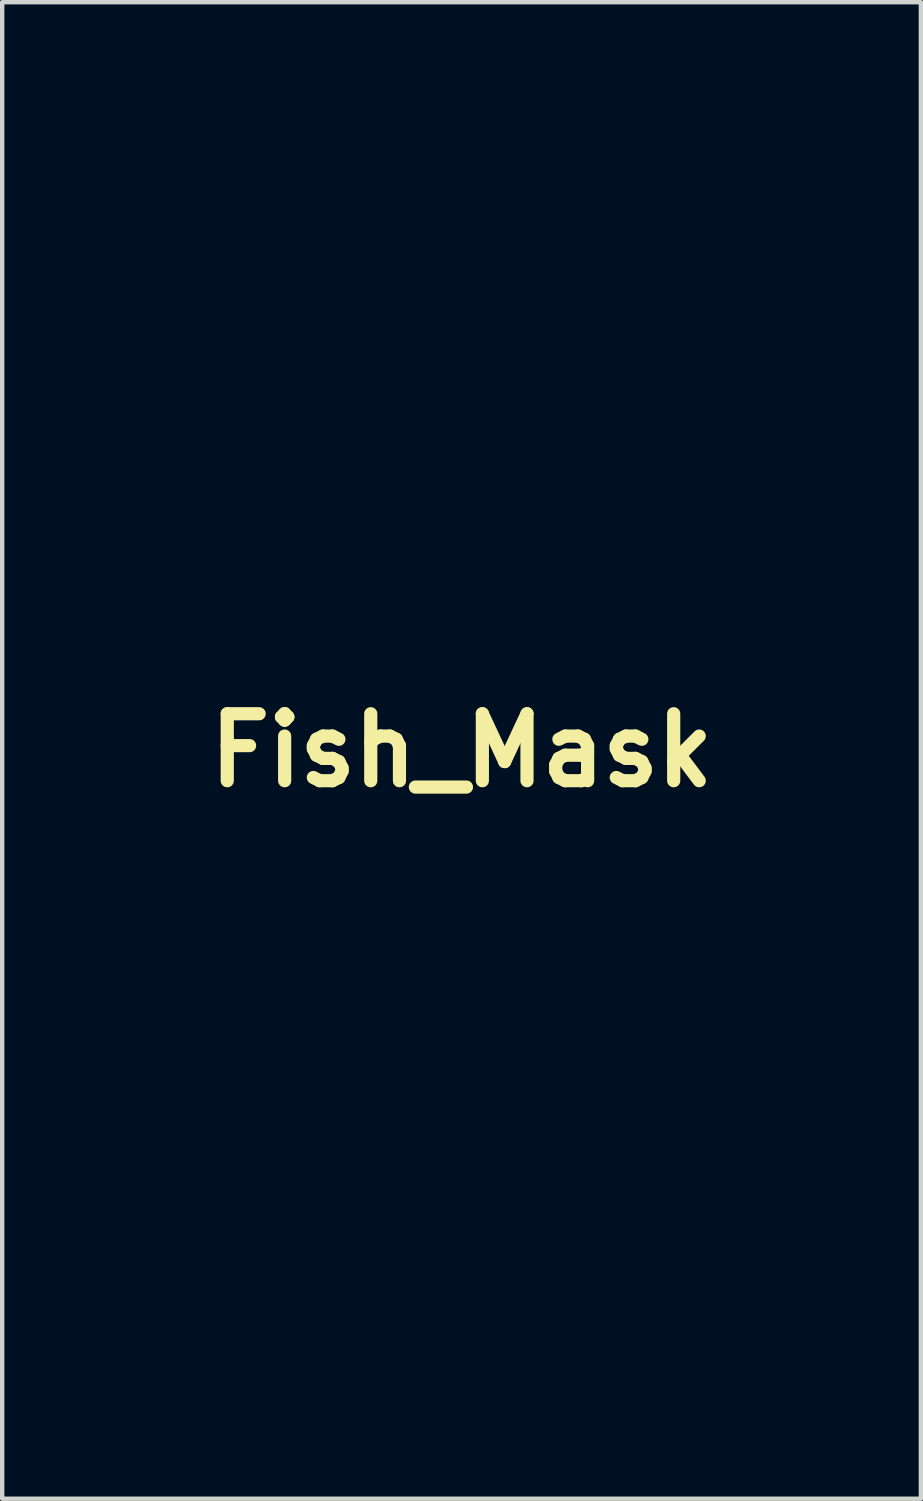
<source format=kicad_pcb>
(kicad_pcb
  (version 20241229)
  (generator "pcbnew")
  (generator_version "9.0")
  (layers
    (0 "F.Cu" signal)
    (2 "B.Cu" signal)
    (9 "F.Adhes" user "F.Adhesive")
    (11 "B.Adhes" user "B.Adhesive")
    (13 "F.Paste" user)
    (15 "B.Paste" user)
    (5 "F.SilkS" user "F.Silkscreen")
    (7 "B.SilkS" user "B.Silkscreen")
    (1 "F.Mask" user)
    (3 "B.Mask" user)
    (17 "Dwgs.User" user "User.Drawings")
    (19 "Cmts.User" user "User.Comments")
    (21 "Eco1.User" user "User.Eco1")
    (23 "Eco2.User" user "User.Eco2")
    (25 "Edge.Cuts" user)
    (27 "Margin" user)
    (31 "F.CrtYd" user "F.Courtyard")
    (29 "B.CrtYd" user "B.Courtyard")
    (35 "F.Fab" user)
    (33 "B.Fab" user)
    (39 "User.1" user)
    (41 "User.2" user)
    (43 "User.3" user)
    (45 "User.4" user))
  (footprint "Fish_Mask"
    (layer "F.Cu")
    (at 7.456 14.028)
    (property "Reference" "Fish_Mask" (at 0 0 0) (layer "F.SilkS") (effects (font (size 1.524 1.524) (thickness 0.3))))
    (attr through_hole)
    (fp_poly (pts (xy 3.776 1.468) (xy 3.982 1.519) (xy 4.168 1.609) (xy 4.343 1.741) (xy 4.414 1.808) (xy 4.563 1.98) (xy 4.689 2.175) (xy 4.792 2.396) (xy 4.875 2.646) (xy 4.936 2.928) (xy 4.977 3.244) (xy 4.999 3.599) (xy 5.003 3.994) (xy 4.999 4.161) (xy 4.994 4.325) (xy 4.987 4.482) (xy 4.979 4.623) (xy 4.971 4.737) (xy 4.964 4.815) (xy 4.962 4.826) (xy 4.952 4.902) (xy 4.94 5.013) (xy 4.928 5.148) (xy 4.916 5.292) (xy 4.911 5.358) (xy 4.9 5.498) (xy 4.888 5.628) (xy 4.878 5.738) (xy 4.869 5.816) (xy 4.866 5.841) (xy 4.849 5.936) (xy 4.763 5.792) (xy 4.715 5.714) (xy 4.65 5.608) (xy 4.578 5.49) (xy 4.511 5.382) (xy 4.3 5.037) (xy 4.113 4.723) (xy 3.945 4.433) (xy 3.793 4.159) (xy 3.651 3.892) (xy 3.517 3.626) (xy 3.385 3.351) (xy 3.251 3.061) (xy 3.234 3.021) (xy 3.166 2.873) (xy 3.093 2.713) (xy 3.021 2.559) (xy 2.959 2.429) (xy 2.949 2.407) (xy 2.868 2.222) (xy 2.82 2.068) (xy 2.804 1.938) (xy 2.821 1.826) (xy 2.87 1.727) (xy 2.953 1.635) (xy 2.965 1.624) (xy 3.079 1.543) (xy 3.21 1.489) (xy 3.368 1.46) (xy 3.542 1.451) (xy 3.776 1.468)) (stroke (width 0.01) (type solid)) (fill yes) (layer "F.Mask"))
    (fp_poly (pts (xy -4.754 7.126) (xy -4.624 7.137) (xy -4.523 7.156) (xy -4.49 7.168) (xy -4.422 7.194) (xy -4.367 7.208) (xy -4.357 7.209) (xy -4.311 7.221) (xy -4.232 7.253) (xy -4.129 7.302) (xy -4.01 7.364) (xy -3.888 7.431) (xy -3.842 7.459) (xy -3.797 7.485) (xy -3.753 7.513) (xy -3.707 7.543) (xy -3.657 7.58) (xy -3.599 7.623) (xy -3.533 7.675) (xy -3.454 7.739) (xy -3.362 7.816) (xy -3.253 7.908) (xy -3.126 8.017) (xy -2.978 8.145) (xy -2.806 8.294) (xy -2.609 8.467) (xy -2.383 8.664) (xy -2.127 8.888) (xy -1.838 9.141) (xy -1.686 9.275) (xy -1.505 9.434) (xy -1.335 9.583) (xy -1.181 9.72) (xy -1.045 9.842) (xy -0.93 9.945) (xy -0.841 10.027) (xy -0.781 10.083) (xy -0.752 10.112) (xy -0.75 10.115) (xy -0.767 10.135) (xy -0.798 10.128) (xy -0.8 10.126) (xy -0.826 10.119) (xy -0.893 10.107) (xy -0.996 10.089) (xy -1.127 10.067) (xy -1.281 10.043) (xy -1.451 10.016) (xy -1.452 10.016) (xy -1.781 9.964) (xy -2.068 9.917) (xy -2.318 9.873) (xy -2.538 9.831) (xy -2.733 9.79) (xy -2.908 9.749) (xy -3.07 9.706) (xy -3.225 9.66) (xy -3.377 9.61) (xy -3.433 9.591) (xy -3.812 9.438) (xy -4.16 9.254) (xy -4.473 9.042) (xy -4.749 8.802) (xy -4.987 8.538) (xy -5.178 8.26) (xy -5.306 8.019) (xy -5.397 7.789) (xy -5.455 7.558) (xy -5.466 7.498) (xy -5.478 7.38) (xy -5.47 7.297) (xy -5.434 7.24) (xy -5.365 7.198) (xy -5.279 7.167) (xy -5.174 7.144) (xy -5.042 7.13) (xy -4.897 7.124) (xy -4.754 7.126)) (stroke (width 0.01) (type solid)) (fill yes) (layer "F.Mask"))
    (fp_poly (pts (xy -7.285 -1.085) (xy -7.259 -1.084) (xy -7.062 -1.053) (xy -6.883 -0.983) (xy -6.714 -0.87) (xy -6.602 -0.769) (xy -6.477 -0.616) (xy -6.359 -0.419) (xy -6.247 -0.177) (xy -6.145 0.105) (xy -6.095 0.266) (xy -6.058 0.388) (xy -6.009 0.544) (xy -5.949 0.724) (xy -5.885 0.917) (xy -5.818 1.111) (xy -5.77 1.246) (xy -5.689 1.474) (xy -5.624 1.66) (xy -5.573 1.809) (xy -5.535 1.924) (xy -5.509 2.009) (xy -5.493 2.068) (xy -5.487 2.105) (xy -5.49 2.124) (xy -5.498 2.129) (xy -5.543 2.113) (xy -5.613 2.072) (xy -5.694 2.013) (xy -5.777 1.945) (xy -5.849 1.876) (xy -5.864 1.86) (xy -6.004 1.687) (xy -6.13 1.493) (xy -6.245 1.273) (xy -6.351 1.02) (xy -6.453 0.729) (xy -6.516 0.52) (xy -6.551 0.399) (xy -6.553 0.535) (xy -6.541 0.739) (xy -6.501 0.966) (xy -6.437 1.203) (xy -6.351 1.437) (xy -6.283 1.584) (xy -6.17 1.784) (xy -6.027 1.994) (xy -5.867 2.198) (xy -5.701 2.379) (xy -5.621 2.461) (xy -5.556 2.529) (xy -5.512 2.578) (xy -5.496 2.601) (xy -5.496 2.601) (xy -5.524 2.602) (xy -5.587 2.594) (xy -5.672 2.579) (xy -5.767 2.559) (xy -5.861 2.538) (xy -5.94 2.516) (xy -5.975 2.505) (xy -6.06 2.469) (xy -6.158 2.422) (xy -6.211 2.394) (xy -6.277 2.36) (xy -6.323 2.345) (xy -6.338 2.349) (xy -6.32 2.383) (xy -6.272 2.44) (xy -6.2 2.514) (xy -6.112 2.596) (xy -6.016 2.681) (xy -5.919 2.761) (xy -5.828 2.83) (xy -5.794 2.854) (xy -5.629 2.978) (xy -5.456 3.132) (xy -5.289 3.301) (xy -5.142 3.473) (xy -5.056 3.591) (xy -4.912 3.832) (xy -4.781 4.104) (xy -4.672 4.387) (xy -4.651 4.451) (xy -4.602 4.611) (xy -4.572 4.728) (xy -4.56 4.802) (xy -4.566 4.836) (xy -4.59 4.83) (xy -4.632 4.787) (xy -4.655 4.758) (xy -4.691 4.714) (xy -4.737 4.666) (xy -4.795 4.613) (xy -4.87 4.552) (xy -4.963 4.48) (xy -5.08 4.394) (xy -5.224 4.293) (xy -5.397 4.172) (xy -5.604 4.03) (xy -5.835 3.873) (xy -6.022 3.744) (xy -6.19 3.624) (xy -6.333 3.516) (xy -6.446 3.425) (xy -6.526 3.353) (xy -6.556 3.322) (xy -6.683 3.161) (xy -6.781 3.019) (xy -6.856 2.885) (xy -6.914 2.746) (xy -6.962 2.59) (xy -6.967 2.573) (xy -6.999 2.412) (xy -7.022 2.217) (xy -7.033 2.003) (xy -7.034 1.783) (xy -7.022 1.571) (xy -7.02 1.548) (xy -7.009 1.435) (xy -6.994 1.289) (xy -6.978 1.125) (xy -6.961 0.957) (xy -6.952 0.863) (xy -6.936 0.69) (xy -6.926 0.552) (xy -6.922 0.435) (xy -6.923 0.326) (xy -6.93 0.211) (xy -6.937 0.125) (xy -6.981 -0.183) (xy -7.054 -0.454) (xy -7.154 -0.689) (xy -7.283 -0.885) (xy -7.343 -0.953) (xy -7.399 -1.013) (xy -7.437 -1.059) (xy -7.451 -1.08) (xy -7.428 -1.086) (xy -7.369 -1.087) (xy -7.285 -1.085)) (stroke (width 0.01) (type solid)) (fill yes) (layer "F.Mask"))
    (fp_poly (pts (xy 3.91 -14.023) (xy 3.908 -13.996) (xy 3.887 -13.943) (xy 3.875 -13.918) (xy 3.832 -13.821) (xy 3.783 -13.691) (xy 3.731 -13.539) (xy 3.682 -13.379) (xy 3.638 -13.224) (xy 3.605 -13.088) (xy 3.605 -13.085) (xy 3.565 -12.86) (xy 3.543 -12.636) (xy 3.537 -12.405) (xy 3.55 -12.161) (xy 3.581 -11.898) (xy 3.631 -11.608) (xy 3.701 -11.285) (xy 3.753 -11.067) (xy 3.827 -10.758) (xy 3.886 -10.485) (xy 3.929 -10.24) (xy 3.96 -10.014) (xy 3.971 -9.915) (xy 3.984 -9.576) (xy 3.957 -9.258) (xy 3.891 -8.963) (xy 3.786 -8.693) (xy 3.644 -8.451) (xy 3.584 -8.371) (xy 3.512 -8.291) (xy 3.428 -8.207) (xy 3.341 -8.13) (xy 3.259 -8.066) (xy 3.192 -8.022) (xy 3.151 -8.007) (xy 3.147 -8.025) (xy 3.169 -8.07) (xy 3.202 -8.122) (xy 3.355 -8.377) (xy 3.469 -8.656) (xy 3.544 -8.954) (xy 3.579 -9.263) (xy 3.571 -9.575) (xy 3.542 -9.776) (xy 3.523 -9.864) (xy 3.49 -9.986) (xy 3.449 -10.131) (xy 3.401 -10.289) (xy 3.351 -10.448) (xy 3.35 -10.45) (xy 3.283 -10.657) (xy 3.23 -10.826) (xy 3.189 -10.964) (xy 3.158 -11.08) (xy 3.136 -11.181) (xy 3.12 -11.275) (xy 3.11 -11.37) (xy 3.102 -11.473) (xy 3.099 -11.539) (xy 3.084 -11.841) (xy 3.03 -11.739) (xy 2.961 -11.577) (xy 2.92 -11.395) (xy 2.908 -11.191) (xy 2.923 -10.959) (xy 2.965 -10.696) (xy 3.025 -10.438) (xy 3.085 -10.197) (xy 3.131 -9.994) (xy 3.164 -9.823) (xy 3.183 -9.675) (xy 3.191 -9.545) (xy 3.188 -9.423) (xy 3.174 -9.303) (xy 3.155 -9.2) (xy 3.076 -8.927) (xy 2.955 -8.656) (xy 2.797 -8.394) (xy 2.609 -8.147) (xy 2.396 -7.925) (xy 2.163 -7.734) (xy 1.918 -7.581) (xy 1.893 -7.569) (xy 1.717 -7.48) (xy 1.892 -7.418) (xy 2.121 -7.344) (xy 2.341 -7.29) (xy 2.567 -7.253) (xy 2.811 -7.231) (xy 3.086 -7.223) (xy 3.157 -7.223) (xy 3.641 -7.244) (xy 4.115 -7.307) (xy 4.587 -7.413) (xy 4.978 -7.532) (xy 5.412 -7.705) (xy 5.818 -7.917) (xy 6.196 -8.168) (xy 6.544 -8.457) (xy 6.861 -8.782) (xy 7.146 -9.143) (xy 7.253 -9.301) (xy 7.317 -9.398) (xy 7.372 -9.481) (xy 7.413 -9.54) (xy 7.433 -9.567) (xy 7.441 -9.553) (xy 7.445 -9.493) (xy 7.447 -9.39) (xy 7.446 -9.246) (xy 7.443 -9.084) (xy 7.436 -8.871) (xy 7.426 -8.696) (xy 7.411 -8.546) (xy 7.388 -8.411) (xy 7.355 -8.279) (xy 7.312 -8.138) (xy 7.255 -7.978) (xy 7.238 -7.932) (xy 7.055 -7.504) (xy 6.842 -7.114) (xy 6.599 -6.761) (xy 6.325 -6.446) (xy 6.02 -6.168) (xy 5.684 -5.925) (xy 5.315 -5.719) (xy 4.913 -5.548) (xy 4.478 -5.412) (xy 4.463 -5.408) (xy 4.223 -5.351) (xy 3.99 -5.308) (xy 3.752 -5.278) (xy 3.497 -5.259) (xy 3.215 -5.251) (xy 2.991 -5.25) (xy 2.818 -5.253) (xy 2.636 -5.259) (xy 2.453 -5.267) (xy 2.276 -5.278) (xy 2.111 -5.29) (xy 1.966 -5.303) (xy 1.847 -5.316) (xy 1.76 -5.33) (xy 1.714 -5.343) (xy 1.71 -5.346) (xy 1.719 -5.359) (xy 1.764 -5.374) (xy 1.795 -5.379) (xy 1.887 -5.394) (xy 2.006 -5.414) (xy 2.145 -5.439) (xy 2.294 -5.466) (xy 2.445 -5.494) (xy 2.589 -5.521) (xy 2.717 -5.546) (xy 2.82 -5.566) (xy 2.89 -5.581) (xy 2.915 -5.588) (xy 2.993 -5.607) (xy 3.072 -5.621) (xy 3.108 -5.626) (xy 3.148 -5.633) (xy 3.202 -5.644) (xy 3.274 -5.66) (xy 3.374 -5.684) (xy 3.508 -5.715) (xy 3.641 -5.746) (xy 3.825 -5.795) (xy 4.029 -5.857) (xy 4.238 -5.928) (xy 4.439 -6.002) (xy 4.618 -6.076) (xy 4.743 -6.133) (xy 4.965 -6.259) (xy 5.188 -6.409) (xy 5.4 -6.577) (xy 5.592 -6.753) (xy 5.755 -6.931) (xy 5.851 -7.058) (xy 5.898 -7.129) (xy 5.93 -7.183) (xy 5.941 -7.208) (xy 5.94 -7.209) (xy 5.915 -7.197) (xy 5.861 -7.165) (xy 5.795 -7.124) (xy 5.706 -7.071) (xy 5.586 -7.005) (xy 5.445 -6.931) (xy 5.295 -6.856) (xy 5.148 -6.784) (xy 5.016 -6.723) (xy 4.943 -6.692) (xy 4.743 -6.614) (xy 4.509 -6.532) (xy 4.255 -6.45) (xy 3.994 -6.374) (xy 3.74 -6.306) (xy 3.725 -6.303) (xy 3.543 -6.259) (xy 3.36 -6.218) (xy 3.173 -6.18) (xy 2.978 -6.144) (xy 2.77 -6.11) (xy 2.544 -6.076) (xy 2.298 -6.042) (xy 2.026 -6.008) (xy 1.724 -5.973) (xy 1.387 -5.936) (xy 1.013 -5.897) (xy 0.596 -5.855) (xy 0.46 -5.842) (xy -0.006 -5.794) (xy -0.427 -5.747) (xy -0.804 -5.699) (xy -1.141 -5.651) (xy -1.441 -5.601) (xy -1.706 -5.55) (xy -1.938 -5.496) (xy -2.142 -5.44) (xy -2.318 -5.381) (xy -2.471 -5.317) (xy -2.548 -5.279) (xy -2.688 -5.192) (xy -2.82 -5.084) (xy -2.929 -4.969) (xy -2.979 -4.899) (xy -3.008 -4.861) (xy -3.023 -4.857) (xy -3.024 -4.862) (xy -3.016 -4.924) (xy -2.993 -5.019) (xy -2.961 -5.138) (xy -2.92 -5.27) (xy -2.876 -5.404) (xy -2.831 -5.529) (xy -2.789 -5.634) (xy -2.772 -5.673) (xy -2.696 -5.823) (xy -2.619 -5.952) (xy -2.534 -6.067) (xy -2.437 -6.171) (xy -2.321 -6.271) (xy -2.18 -6.371) (xy -2.009 -6.477) (xy -1.802 -6.594) (xy -1.693 -6.653) (xy -1.545 -6.732) (xy -1.387 -6.818) (xy -1.234 -6.902) (xy -1.103 -6.975) (xy -1.052 -7.003) (xy -0.919 -7.077) (xy -0.764 -7.162) (xy -0.608 -7.246) (xy -0.496 -7.305) (xy -0.186 -7.469) (xy 0.083 -7.617) (xy 0.318 -7.752) (xy 0.523 -7.876) (xy 0.701 -7.992) (xy 0.859 -8.104) (xy 0.999 -8.216) (xy 1.128 -8.328) (xy 1.249 -8.446) (xy 1.295 -8.494) (xy 1.452 -8.671) (xy 1.59 -8.858) (xy 1.713 -9.058) (xy 1.822 -9.278) (xy 1.919 -9.521) (xy 2.006 -9.792) (xy 2.085 -10.097) (xy 2.157 -10.439) (xy 2.225 -10.824) (xy 2.237 -10.905) (xy 2.283 -11.187) (xy 2.323 -11.429) (xy 2.36 -11.635) (xy 2.395 -11.814) (xy 2.429 -11.971) (xy 2.464 -12.113) (xy 2.481 -12.18) (xy 2.599 -12.55) (xy 2.744 -12.886) (xy 2.915 -13.187) (xy 3.11 -13.45) (xy 3.329 -13.673) (xy 3.57 -13.855) (xy 3.709 -13.936) (xy 3.795 -13.979) (xy 3.863 -14.009) (xy 3.904 -14.023) (xy 3.91 -14.023)) (stroke (width 0.01) (type solid)) (fill yes) (layer "F.Mask"))
    (fp_poly (pts (xy -0.51 -8.37) (xy -0.411 -8.367) (xy -0.35 -8.36) (xy -0.348 -8.359) (xy -0.326 -8.351) (xy -0.322 -8.339) (xy -0.34 -8.32) (xy -0.386 -8.291) (xy -0.465 -8.247) (xy -0.58 -8.186) (xy -0.618 -8.167) (xy -0.921 -8.003) (xy -1.227 -7.825) (xy -1.529 -7.64) (xy -1.817 -7.451) (xy -2.082 -7.267) (xy -2.314 -7.091) (xy -2.398 -7.024) (xy -2.559 -6.882) (xy -2.714 -6.73) (xy -2.854 -6.577) (xy -2.972 -6.432) (xy -3.059 -6.304) (xy -3.071 -6.283) (xy -3.161 -6.094) (xy -3.244 -5.871) (xy -3.317 -5.624) (xy -3.375 -5.366) (xy -3.39 -5.284) (xy -3.419 -5.057) (xy -3.438 -4.797) (xy -3.446 -4.522) (xy -3.442 -4.245) (xy -3.428 -3.982) (xy -3.402 -3.748) (xy -3.4 -3.737) (xy -3.376 -3.597) (xy -3.345 -3.438) (xy -3.309 -3.273) (xy -3.271 -3.11) (xy -3.233 -2.961) (xy -3.198 -2.837) (xy -3.168 -2.748) (xy -3.162 -2.733) (xy -3.126 -2.649) (xy -3.132 -2.77) (xy -3.134 -2.866) (xy -3.13 -2.999) (xy -3.123 -3.156) (xy -3.112 -3.327) (xy -3.098 -3.498) (xy -3.083 -3.659) (xy -3.066 -3.798) (xy -3.061 -3.835) (xy -3.022 -4.057) (xy -2.976 -4.232) (xy -2.922 -4.365) (xy -2.856 -4.455) (xy -2.778 -4.506) (xy -2.687 -4.519) (xy -2.579 -4.497) (xy -2.524 -4.476) (xy -2.402 -4.404) (xy -2.283 -4.299) (xy -2.179 -4.174) (xy -2.12 -4.076) (xy -2.072 -3.955) (xy -2.028 -3.794) (xy -1.988 -3.601) (xy -1.953 -3.385) (xy -1.925 -3.155) (xy -1.905 -2.918) (xy -1.894 -2.683) (xy -1.892 -2.459) (xy -1.894 -2.383) (xy -1.903 -2.215) (xy -1.914 -2.062) (xy -1.931 -1.916) (xy -1.955 -1.767) (xy -1.987 -1.61) (xy -2.028 -1.434) (xy -2.081 -1.233) (xy -2.147 -0.997) (xy -2.184 -0.867) (xy -2.195 -0.826) (xy -2.194 -0.789) (xy -2.179 -0.748) (xy -2.145 -0.692) (xy -2.088 -0.61) (xy -2.067 -0.58) (xy -1.785 -0.212) (xy -1.483 0.137) (xy -1.154 0.474) (xy -0.792 0.805) (xy -0.391 1.136) (xy -0.173 1.304) (xy -0.032 1.411) (xy 0.115 1.525) (xy 0.257 1.637) (xy 0.382 1.737) (xy 0.461 1.802) (xy 0.576 1.894) (xy 0.716 1.999) (xy 0.865 2.106) (xy 1.006 2.203) (xy 1.033 2.22) (xy 1.332 2.416) (xy 1.594 2.593) (xy 1.826 2.755) (xy 2.034 2.908) (xy 2.223 3.056) (xy 2.4 3.203) (xy 2.57 3.355) (xy 2.74 3.515) (xy 2.856 3.628) (xy 3.203 3.996) (xy 3.521 4.379) (xy 3.814 4.782) (xy 4.085 5.211) (xy 4.334 5.668) (xy 4.567 6.16) (xy 4.784 6.69) (xy 4.983 7.245) (xy 5.05 7.446) (xy 5.111 7.637) (xy 5.167 7.813) (xy 5.215 7.969) (xy 5.253 8.099) (xy 5.279 8.199) (xy 5.294 8.263) (xy 5.294 8.285) (xy 5.266 8.286) (xy 5.21 8.275) (xy 5.199 8.272) (xy 5.065 8.257) (xy 4.932 8.284) (xy 4.807 8.347) (xy 4.699 8.441) (xy 4.615 8.56) (xy 4.564 8.698) (xy 4.557 8.74) (xy 4.559 8.894) (xy 4.603 9.039) (xy 4.685 9.167) (xy 4.799 9.272) (xy 4.939 9.345) (xy 5.039 9.372) (xy 5.157 9.373) (xy 5.286 9.342) (xy 5.407 9.285) (xy 5.479 9.23) (xy 5.533 9.186) (xy 5.568 9.171) (xy 5.576 9.176) (xy 5.675 9.488) (xy 5.765 9.793) (xy 5.844 10.083) (xy 5.911 10.351) (xy 5.963 10.59) (xy 5.998 10.793) (xy 6.002 10.816) (xy 6.01 10.902) (xy 6.015 11.018) (xy 6.018 11.154) (xy 6.019 11.301) (xy 6.017 11.449) (xy 6.014 11.59) (xy 6.008 11.713) (xy 6.001 11.81) (xy 5.992 11.87) (xy 5.989 11.88) (xy 5.994 11.918) (xy 6.039 11.948) (xy 6.114 11.966) (xy 6.21 11.97) (xy 6.254 11.967) (xy 6.404 11.931) (xy 6.549 11.864) (xy 6.684 11.79) (xy 6.785 11.737) (xy 6.859 11.7) (xy 6.914 11.678) (xy 6.959 11.665) (xy 7 11.661) (xy 7.042 11.66) (xy 7.133 11.669) (xy 7.202 11.7) (xy 7.232 11.723) (xy 7.308 11.798) (xy 7.346 11.858) (xy 7.346 11.897) (xy 7.31 11.912) (xy 7.241 11.897) (xy 7.178 11.869) (xy 7.103 11.834) (xy 7.052 11.818) (xy 7.002 11.821) (xy 6.936 11.838) (xy 6.861 11.868) (xy 6.764 11.916) (xy 6.665 11.973) (xy 6.648 11.984) (xy 6.554 12.04) (xy 6.461 12.088) (xy 6.388 12.119) (xy 6.376 12.122) (xy 6.288 12.136) (xy 6.182 12.138) (xy 6.078 12.129) (xy 6 12.111) (xy 5.996 12.109) (xy 5.974 12.108) (xy 5.955 12.132) (xy 5.936 12.189) (xy 5.918 12.266) (xy 5.856 12.461) (xy 5.763 12.65) (xy 5.65 12.812) (xy 5.636 12.827) (xy 5.548 12.927) (xy 5.232 12.928) (xy 4.915 12.93) (xy 4.877 13.063) (xy 4.823 13.209) (xy 4.749 13.326) (xy 4.648 13.42) (xy 4.512 13.497) (xy 4.347 13.561) (xy 4.193 13.614) (xy 4.079 13.663) (xy 4 13.712) (xy 3.947 13.766) (xy 3.915 13.832) (xy 3.897 13.913) (xy 3.896 13.921) (xy 3.876 13.996) (xy 3.842 14.025) (xy 3.802 14.022) (xy 3.791 14.014) (xy 3.767 13.942) (xy 3.759 13.85) (xy 3.77 13.765) (xy 3.772 13.756) (xy 3.812 13.676) (xy 3.876 13.607) (xy 3.971 13.546) (xy 4.105 13.487) (xy 4.167 13.465) (xy 4.277 13.424) (xy 4.379 13.382) (xy 4.459 13.345) (xy 4.487 13.329) (xy 4.596 13.241) (xy 4.67 13.137) (xy 4.702 13.026) (xy 4.703 13.009) (xy 4.705 12.909) (xy 4.487 12.877) (xy 4.155 12.818) (xy 3.793 12.732) (xy 3.409 12.623) (xy 3.014 12.494) (xy 2.615 12.347) (xy 2.222 12.187) (xy 1.843 12.014) (xy 1.744 11.967) (xy 1.603 11.896) (xy 1.502 11.843) (xy 1.434 11.805) (xy 1.396 11.778) (xy 1.383 11.76) (xy 1.39 11.748) (xy 1.394 11.745) (xy 1.436 11.715) (xy 1.496 11.662) (xy 1.537 11.623) (xy 1.629 11.5) (xy 1.68 11.365) (xy 1.691 11.224) (xy 1.666 11.085) (xy 1.607 10.956) (xy 1.516 10.842) (xy 1.397 10.752) (xy 1.251 10.693) (xy 1.202 10.682) (xy 1.08 10.681) (xy 0.949 10.714) (xy 0.828 10.776) (xy 0.766 10.826) (xy 0.675 10.93) (xy 0.62 11.038) (xy 0.595 11.134) (xy 0.581 11.192) (xy 0.567 11.223) (xy 0.564 11.224) (xy 0.533 11.208) (xy 0.473 11.161) (xy 0.388 11.088) (xy 0.282 10.992) (xy 0.162 10.88) (xy 0.03 10.753) (xy -0.109 10.617) (xy -0.249 10.477) (xy -0.298 10.426) (xy -0.44 10.283) (xy -0.592 10.131) (xy -0.746 9.982) (xy -0.89 9.844) (xy -1.016 9.727) (xy -1.064 9.683) (xy -1.396 9.376) (xy -1.732 9.041) (xy -2.061 8.692) (xy -2.373 8.34) (xy -2.657 7.997) (xy -2.716 7.922) (xy -2.804 7.807) (xy -2.894 7.686) (xy -2.982 7.566) (xy -3.062 7.454) (xy -3.131 7.356) (xy -3.182 7.279) (xy -3.212 7.229) (xy -3.217 7.215) (xy -3.232 7.186) (xy -3.268 7.136) (xy -3.289 7.111) (xy -3.332 7.055) (xy -3.358 7.012) (xy -3.361 7.001) (xy -3.375 6.967) (xy -3.41 6.911) (xy -3.439 6.868) (xy -3.483 6.803) (xy -3.542 6.709) (xy -3.607 6.6) (xy -3.654 6.519) (xy -3.898 6.064) (xy -3.945 5.963) (xy -0.278 5.963) (xy -0.275 6.055) (xy -0.264 6.133) (xy -0.236 6.25) (xy -0.193 6.326) (xy -0.128 6.368) (xy -0.031 6.383) (xy 0.052 6.382) (xy 0.124 6.376) (xy 0.182 6.366) (xy 0.239 6.345) (xy 0.305 6.309) (xy 0.393 6.253) (xy 0.451 6.214) (xy 0.556 6.147) (xy 0.656 6.087) (xy 0.739 6.04) (xy 0.786 6.018) (xy 0.891 5.987) (xy 1.038 5.96) (xy 1.222 5.936) (xy 1.437 5.917) (xy 1.472 5.914) (xy 1.717 5.885) (xy 1.921 5.834) (xy 2.085 5.761) (xy 2.206 5.668) (xy 2.216 5.658) (xy 2.267 5.614) (xy 2.338 5.569) (xy 2.357 5.558) (xy 2.421 5.517) (xy 2.502 5.453) (xy 2.583 5.379) (xy 2.594 5.369) (xy 2.739 5.192) (xy 2.84 5) (xy 2.896 4.797) (xy 2.908 4.585) (xy 2.876 4.37) (xy 2.799 4.155) (xy 2.677 3.945) (xy 2.614 3.86) (xy 2.501 3.731) (xy 2.369 3.606) (xy 2.213 3.481) (xy 2.027 3.351) (xy 1.805 3.214) (xy 1.597 3.094) (xy 1.403 2.988) (xy 1.24 2.905) (xy 1.101 2.842) (xy 0.977 2.796) (xy 0.859 2.762) (xy 0.741 2.739) (xy 0.537 2.719) (xy 0.364 2.733) (xy 0.22 2.782) (xy 0.099 2.867) (xy 0.034 2.941) (xy 0.002 2.986) (xy -0.019 3.03) (xy -0.032 3.085) (xy -0.039 3.163) (xy -0.044 3.278) (xy -0.045 3.281) (xy -0.044 3.461) (xy -0.03 3.662) (xy -0.001 3.896) (xy -0.000291 3.898) (xy 0.026 4.1) (xy 0.041 4.273) (xy 0.045 4.435) (xy 0.043 4.546) (xy 0.038 4.65) (xy 0.031 4.737) (xy 0.019 4.818) (xy 0.000157 4.903) (xy -0.028 5.005) (xy -0.068 5.133) (xy -0.105 5.246) (xy -0.169 5.449) (xy -0.218 5.615) (xy -0.251 5.751) (xy -0.271 5.865) (xy -0.278 5.963) (xy -3.945 5.963) (xy -4.111 5.61) (xy -4.297 5.147) (xy -4.462 4.663) (xy -4.537 4.396) (xy -4.234 4.396) (xy -4.21 4.59) (xy -4.159 4.774) (xy -4.114 4.895) (xy -4.057 5.028) (xy -3.991 5.168) (xy -3.92 5.308) (xy -3.846 5.442) (xy -3.775 5.565) (xy -3.709 5.669) (xy -3.651 5.748) (xy -3.606 5.797) (xy -3.576 5.81) (xy -3.572 5.807) (xy -3.527 5.785) (xy -3.502 5.782) (xy -3.43 5.764) (xy -3.342 5.719) (xy -3.25 5.653) (xy -3.19 5.596) (xy -3.106 5.494) (xy -3.039 5.38) (xy -2.987 5.246) (xy -2.948 5.086) (xy -2.92 4.892) (xy -2.9 4.657) (xy -2.9 4.657) (xy -2.889 4.511) (xy -2.876 4.368) (xy -2.862 4.243) (xy -2.847 4.147) (xy -2.841 4.118) (xy -2.788 3.942) (xy -2.711 3.786) (xy -2.605 3.644) (xy -2.466 3.511) (xy -2.289 3.383) (xy -2.07 3.253) (xy -2.029 3.231) (xy -1.896 3.155) (xy -1.8 3.086) (xy -1.734 3.016) (xy -1.688 2.936) (xy -1.658 2.852) (xy -1.639 2.764) (xy -1.619 2.642) (xy -1.601 2.5) (xy -1.586 2.353) (xy -1.576 2.215) (xy -1.573 2.121) (xy -1.572 2.028) (xy -1.734 2.176) (xy -1.883 2.295) (xy -2.064 2.405) (xy -2.281 2.51) (xy -2.539 2.611) (xy -2.764 2.686) (xy -3.031 2.772) (xy -3.256 2.849) (xy -3.442 2.919) (xy -3.595 2.984) (xy -3.72 3.045) (xy -3.82 3.105) (xy -3.9 3.166) (xy -3.907 3.172) (xy -3.975 3.24) (xy -4.023 3.311) (xy -4.055 3.398) (xy -4.077 3.514) (xy -4.087 3.597) (xy -4.106 3.727) (xy -4.136 3.87) (xy -4.169 3.995) (xy -4.171 4.004) (xy -4.221 4.206) (xy -4.234 4.396) (xy -4.537 4.396) (xy -4.608 4.146) (xy -4.648 3.992) (xy -4.699 3.789) (xy -4.746 3.609) (xy -4.794 3.443) (xy -4.845 3.281) (xy -4.901 3.114) (xy -4.966 2.934) (xy -5.043 2.73) (xy -5.136 2.495) (xy -5.17 2.407) (xy -5.357 1.921) (xy -5.517 1.463) (xy -5.655 1.024) (xy -5.773 0.593) (xy -5.873 0.16) (xy -5.96 -0.286) (xy -6.026 -0.702) (xy -5.24 -0.702) (xy -5.238 -0.618) (xy -5.238 -0.605) (xy -5.194 -0.288) (xy -5.11 0.008) (xy -4.983 0.289) (xy -4.813 0.557) (xy -4.596 0.817) (xy -4.525 0.891) (xy -4.403 1.018) (xy -4.311 1.124) (xy -4.245 1.217) (xy -4.198 1.307) (xy -4.165 1.404) (xy -4.145 1.483) (xy -4.121 1.573) (xy -4.094 1.646) (xy -4.069 1.687) (xy -4.067 1.689) (xy -4.006 1.71) (xy -3.921 1.702) (xy -3.826 1.668) (xy -3.787 1.645) (xy -3.717 1.585) (xy -3.659 1.494) (xy -3.611 1.369) (xy -3.571 1.203) (xy -3.556 1.116) (xy -3.524 0.948) (xy -3.492 0.823) (xy -3.458 0.733) (xy -3.42 0.673) (xy -3.4 0.654) (xy -3.365 0.633) (xy -3.328 0.638) (xy -3.287 0.66) (xy -3.238 0.685) (xy -3.213 0.681) (xy -3.194 0.643) (xy -3.19 0.634) (xy -3.145 0.464) (xy -3.132 0.287) (xy -3.144 0.177) (xy -3.176 0.045) (xy -3.227 -0.073) (xy -3.302 -0.192) (xy -3.41 -0.324) (xy -3.427 -0.343) (xy -3.522 -0.455) (xy -3.596 -0.56) (xy -3.66 -0.673) (xy -3.721 -0.81) (xy -3.747 -0.874) (xy -3.817 -1.008) (xy -3.914 -1.112) (xy -4.045 -1.194) (xy -4.11 -1.223) (xy -4.227 -1.273) (xy -4.306 -1.315) (xy -4.359 -1.357) (xy -4.393 -1.404) (xy -4.402 -1.422) (xy -4.415 -1.459) (xy -4.439 -1.538) (xy -4.473 -1.652) (xy -4.514 -1.797) (xy -4.562 -1.967) (xy -4.615 -2.156) (xy -4.671 -2.358) (xy -4.683 -2.405) (xy -4.739 -2.607) (xy -4.791 -2.795) (xy -4.838 -2.962) (xy -4.878 -3.105) (xy -4.91 -3.217) (xy -4.933 -3.294) (xy -4.945 -3.331) (xy -4.946 -3.334) (xy -4.962 -3.321) (xy -4.988 -3.274) (xy -5.021 -3.204) (xy -5.054 -3.121) (xy -5.084 -3.036) (xy -5.105 -2.961) (xy -5.106 -2.956) (xy -5.125 -2.865) (xy -5.145 -2.757) (xy -5.154 -2.697) (xy -5.163 -2.621) (xy -5.172 -2.505) (xy -5.181 -2.355) (xy -5.191 -2.179) (xy -5.201 -1.984) (xy -5.21 -1.777) (xy -5.218 -1.566) (xy -5.226 -1.358) (xy -5.232 -1.161) (xy -5.237 -0.98) (xy -5.24 -0.825) (xy -5.24 -0.702) (xy -6.026 -0.702) (xy -6.035 -0.754) (xy -6.035 -0.758) (xy -6.092 -1.198) (xy -6.137 -1.635) (xy -6.168 -2.062) (xy -6.186 -2.47) (xy -6.189 -2.854) (xy -6.179 -3.205) (xy -6.158 -3.483) (xy -6.077 -4.068) (xy -5.957 -4.626) (xy -5.798 -5.16) (xy -5.597 -5.673) (xy -5.455 -5.977) (xy -5.376 -6.132) (xy -5.291 -6.288) (xy -5.205 -6.439) (xy -5.125 -6.573) (xy -5.055 -6.683) (xy -5.001 -6.758) (xy -4.945 -6.827) (xy -4.955 -6.658) (xy -4.955 -6.547) (xy -4.948 -6.433) (xy -4.937 -6.359) (xy -4.915 -6.28) (xy -4.884 -6.192) (xy -4.849 -6.105) (xy -4.813 -6.033) (xy -4.784 -5.986) (xy -4.769 -5.975) (xy -4.755 -5.996) (xy -4.736 -6.052) (xy -4.723 -6.102) (xy -4.684 -6.225) (xy -4.621 -6.372) (xy -4.541 -6.53) (xy -4.45 -6.688) (xy -4.355 -6.832) (xy -4.298 -6.907) (xy -4.064 -7.162) (xy -3.788 -7.401) (xy -3.476 -7.619) (xy -3.13 -7.815) (xy -2.757 -7.987) (xy -2.36 -8.132) (xy -1.944 -8.247) (xy -1.645 -8.309) (xy -1.553 -8.322) (xy -1.429 -8.334) (xy -1.282 -8.345) (xy -1.12 -8.354) (xy -0.954 -8.362) (xy -0.791 -8.367) (xy -0.64 -8.37) (xy -0.51 -8.37)) (stroke (width 0.01) (type solid)) (fill yes) (layer "F.Mask")))
  (gr_rect
    (start -3 -3)
    (end 17.908 31.059)
    (stroke (width 0.1) (type default))
    (fill no)
    (layer "Edge.Cuts")))
</source>
